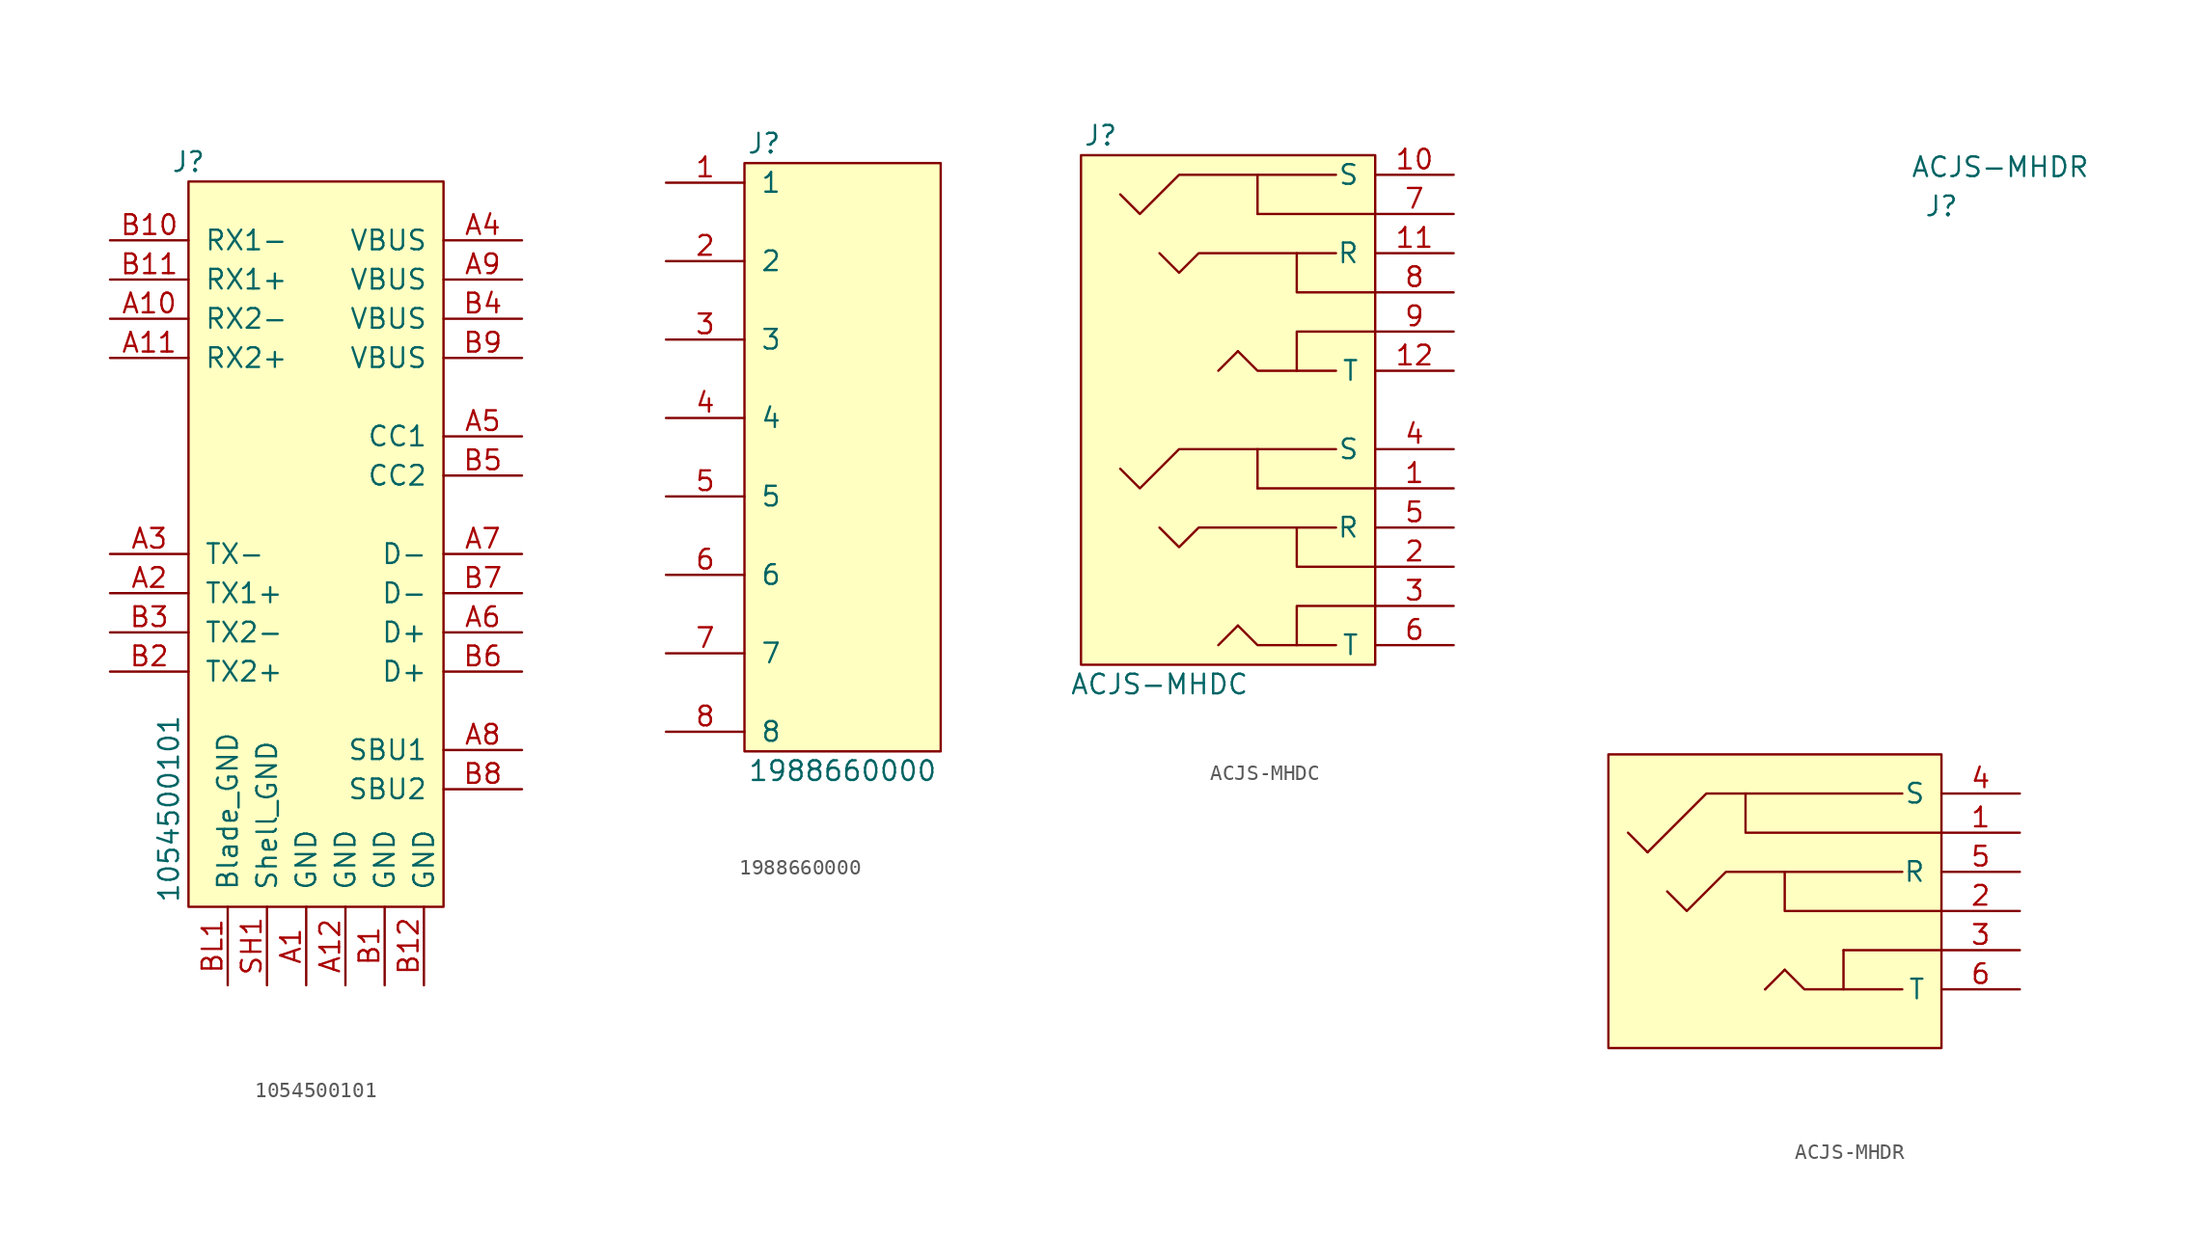
<source format=kicad_sym>
(kicad_symbol_lib
  (version 20220914)
  (generator kicad_symbol_editor)
  (symbol "1054500101"
    (pin_names
      (offset 1.016))
    (property "Reference" "J"
      (at 0 1.27 0)
      (effects (font (size 1.27 1.27))))
    (property "Value" "1054500101"
      (at -1.27 -40.64 90)
      (effects (font (size 1.27 1.27))))
    (symbol "1054500101_0_1"
      (rectangle (start 16.51 0) (end 0 -46.99) (stroke (width 0) (type default)) (fill (type background))))
    (symbol "1054500101_1_1"
      (pin passive line (at 7.62 -52.07 90) (length 5.08) (name "GND" (effects (font (size 1.27 1.27)))) (number "A1" (effects (font (size 1.27 1.27)))))
      (pin input line (at -5.08 -8.89 0) (length 5.08) (name "RX2-" (effects (font (size 1.27 1.27)))) (number "A10" (effects (font (size 1.27 1.27)))))
      (pin input line (at -5.08 -11.43 0) (length 5.08) (name "RX2+" (effects (font (size 1.27 1.27)))) (number "A11" (effects (font (size 1.27 1.27)))))
      (pin passive line (at 10.16 -52.07 90) (length 5.08) (name "GND" (effects (font (size 1.27 1.27)))) (number "A12" (effects (font (size 1.27 1.27)))))
      (pin output line (at -5.08 -26.67 0) (length 5.08) (name "TX1+" (effects (font (size 1.27 1.27)))) (number "A2" (effects (font (size 1.27 1.27)))))
      (pin output line (at -5.08 -24.13 0) (length 5.08) (name "TX-" (effects (font (size 1.27 1.27)))) (number "A3" (effects (font (size 1.27 1.27)))))
      (pin bidirectional line (at 21.59 -3.81 180) (length 5.08) (name "VBUS" (effects (font (size 1.27 1.27)))) (number "A4" (effects (font (size 1.27 1.27)))))
      (pin passive line (at 21.59 -16.51 180) (length 5.08) (name "CC1" (effects (font (size 1.27 1.27)))) (number "A5" (effects (font (size 1.27 1.27)))))
      (pin bidirectional line (at 21.59 -29.21 180) (length 5.08) (name "D+" (effects (font (size 1.27 1.27)))) (number "A6" (effects (font (size 1.27 1.27)))))
      (pin bidirectional line (at 21.59 -24.13 180) (length 5.08) (name "D-" (effects (font (size 1.27 1.27)))) (number "A7" (effects (font (size 1.27 1.27)))))
      (pin bidirectional line (at 21.59 -36.83 180) (length 5.08) (name "SBU1" (effects (font (size 1.27 1.27)))) (number "A8" (effects (font (size 1.27 1.27)))))
      (pin bidirectional line (at 21.59 -6.35 180) (length 5.08) (name "VBUS" (effects (font (size 1.27 1.27)))) (number "A9" (effects (font (size 1.27 1.27)))))
      (pin passive line (at 12.7 -52.07 90) (length 5.08) (name "GND" (effects (font (size 1.27 1.27)))) (number "B1" (effects (font (size 1.27 1.27)))))
      (pin input line (at -5.08 -3.81 0) (length 5.08) (name "RX1-" (effects (font (size 1.27 1.27)))) (number "B10" (effects (font (size 1.27 1.27)))))
      (pin input line (at -5.08 -6.35 0) (length 5.08) (name "RX1+" (effects (font (size 1.27 1.27)))) (number "B11" (effects (font (size 1.27 1.27)))))
      (pin passive line (at 15.24 -52.07 90) (length 5.08) (name "GND" (effects (font (size 1.27 1.27)))) (number "B12" (effects (font (size 1.27 1.27)))))
      (pin output line (at -5.08 -31.75 0) (length 5.08) (name "TX2+" (effects (font (size 1.27 1.27)))) (number "B2" (effects (font (size 1.27 1.27)))))
      (pin output line (at -5.08 -29.21 0) (length 5.08) (name "TX2-" (effects (font (size 1.27 1.27)))) (number "B3" (effects (font (size 1.27 1.27)))))
      (pin bidirectional line (at 21.59 -8.89 180) (length 5.08) (name "VBUS" (effects (font (size 1.27 1.27)))) (number "B4" (effects (font (size 1.27 1.27)))))
      (pin passive line (at 21.59 -19.05 180) (length 5.08) (name "CC2" (effects (font (size 1.27 1.27)))) (number "B5" (effects (font (size 1.27 1.27)))))
      (pin bidirectional line (at 21.59 -31.75 180) (length 5.08) (name "D+" (effects (font (size 1.27 1.27)))) (number "B6" (effects (font (size 1.27 1.27)))))
      (pin bidirectional line (at 21.59 -26.67 180) (length 5.08) (name "D-" (effects (font (size 1.27 1.27)))) (number "B7" (effects (font (size 1.27 1.27)))))
      (pin bidirectional line (at 21.59 -39.37 180) (length 5.08) (name "SBU2" (effects (font (size 1.27 1.27)))) (number "B8" (effects (font (size 1.27 1.27)))))
      (pin bidirectional line (at 21.59 -11.43 180) (length 5.08) (name "VBUS" (effects (font (size 1.27 1.27)))) (number "B9" (effects (font (size 1.27 1.27)))))
      (pin passive line (at 2.54 -52.07 90) (length 5.08) (name "Blade_GND" (effects (font (size 1.27 1.27)))) (number "BL1" (effects (font (size 1.27 1.27)))))
      (pin passive line (at 5.08 -52.07 90) (length 5.08) (name "Shell_GND" (effects (font (size 1.27 1.27)))) (number "SH1" (effects (font (size 1.27 1.27)))))))
  (symbol "1988660000"
    (pin_names
      (offset 1.016))
    (property "Reference" "J"
      (at 1.27 22.86 0)
      (effects (font (size 1.27 1.27))))
    (property "Value" "1988660000"
      (at 6.35 -17.78 0)
      (effects (font (size 1.27 1.27))))
    (symbol "1988660000_0_1"
      (rectangle (start 0 21.59) (end 12.7 -16.51) (stroke (width 0) (type default)) (fill (type background))))
    (symbol "1988660000_1_1"
      (pin passive line (at -5.08 20.32 0) (length 5.08) (name "1" (effects (font (size 1.27 1.27)))) (number "1" (effects (font (size 1.27 1.27)))))
      (pin passive line (at -5.08 15.24 0) (length 5.08) (name "2" (effects (font (size 1.27 1.27)))) (number "2" (effects (font (size 1.27 1.27)))))
      (pin passive line (at -5.08 10.16 0) (length 5.08) (name "3" (effects (font (size 1.27 1.27)))) (number "3" (effects (font (size 1.27 1.27)))))
      (pin passive line (at -5.08 5.08 0) (length 5.08) (name "4" (effects (font (size 1.27 1.27)))) (number "4" (effects (font (size 1.27 1.27)))))
      (pin passive line (at -5.08 0 0) (length 5.08) (name "5" (effects (font (size 1.27 1.27)))) (number "5" (effects (font (size 1.27 1.27)))))
      (pin passive line (at -5.08 -5.08 0) (length 5.08) (name "6" (effects (font (size 1.27 1.27)))) (number "6" (effects (font (size 1.27 1.27)))))
      (pin passive line (at -5.08 -10.16 0) (length 5.08) (name "7" (effects (font (size 1.27 1.27)))) (number "7" (effects (font (size 1.27 1.27)))))
      (pin passive line (at -5.08 -15.24 0) (length 5.08) (name "8" (effects (font (size 1.27 1.27)))) (number "8" (effects (font (size 1.27 1.27)))))))
  (symbol "ACJS-MHDC"
    (pin_names
      (offset 1.016))
    (property "Reference" "J"
      (at -17.78 22.86 0)
      (effects (font (size 1.27 1.27))))
    (property "Value" "ACJS-MHDC"
      (at -13.97 -12.7 0)
      (effects (font (size 1.27 1.27))))
    (symbol "ACJS-MHDC_0_1"
      (rectangle (start -19.05 21.59) (end 0 -11.43) (stroke (width 0) (type default)) (fill (type background)))
      (polyline (pts (xy -10.16 7.62) (xy -8.89 8.89)) (stroke (width 0) (type default)) (fill (type none)))
      (polyline (pts (xy -7.62 20.32) (xy -7.62 17.78)) (stroke (width 0) (type default)) (fill (type none)))
      (polyline (pts (xy 0 17.78) (xy -7.62 17.78)) (stroke (width 0) (type default)) (fill (type none)))
      (polyline (pts (xy -2.54 7.62) (xy -7.62 7.62) (xy -8.89 8.89)) (stroke (width 0) (type default)) (fill (type none)))
      (polyline (pts (xy 0 10.16) (xy -5.08 10.16) (xy -5.08 7.62)) (stroke (width 0) (type default)) (fill (type none)))
      (polyline (pts (xy 0 12.7) (xy -5.08 12.7) (xy -5.08 15.24)) (stroke (width 0) (type default)) (fill (type none)))
      (polyline (pts (xy -2.54 15.24) (xy -11.43 15.24) (xy -12.7 13.97) (xy -13.97 15.24)) (stroke (width 0) (type default)) (fill (type none)))
      (polyline (pts (xy -2.54 20.32) (xy -12.7 20.32) (xy -15.24 17.78) (xy -16.51 19.05)) (stroke (width 0) (type default)) (fill (type none))))
    (symbol "ACJS-MHDC_1_1"
      (polyline (pts (xy -10.16 -10.16) (xy -8.89 -8.89)) (stroke (width 0) (type default)) (fill (type none)))
      (polyline (pts (xy -7.62 2.54) (xy -7.62 0)) (stroke (width 0) (type default)) (fill (type none)))
      (polyline (pts (xy 0 0) (xy -7.62 0)) (stroke (width 0) (type default)) (fill (type none)))
      (polyline (pts (xy -2.54 -10.16) (xy -7.62 -10.16) (xy -8.89 -8.89)) (stroke (width 0) (type default)) (fill (type none)))
      (polyline (pts (xy 0 -7.62) (xy -5.08 -7.62) (xy -5.08 -10.16)) (stroke (width 0) (type default)) (fill (type none)))
      (polyline (pts (xy 0 -5.08) (xy -5.08 -5.08) (xy -5.08 -2.54)) (stroke (width 0) (type default)) (fill (type none)))
      (polyline (pts (xy -2.54 -2.54) (xy -11.43 -2.54) (xy -12.7 -3.81) (xy -13.97 -2.54)) (stroke (width 0) (type default)) (fill (type none)))
      (polyline (pts (xy -2.54 2.54) (xy -12.7 2.54) (xy -15.24 0) (xy -16.51 1.27)) (stroke (width 0) (type default)) (fill (type none)))
      (pin passive line (at 5.08 0 180) (length 5.08) (name "~" (effects (font (size 1.27 1.27)))) (number "1" (effects (font (size 1.27 1.27)))))
      (pin passive line (at 5.08 20.32 180) (length 5.08) (name "S" (effects (font (size 1.27 1.27)))) (number "10" (effects (font (size 1.27 1.27)))))
      (pin passive line (at 5.08 15.24 180) (length 5.08) (name "R" (effects (font (size 1.27 1.27)))) (number "11" (effects (font (size 1.27 1.27)))))
      (pin passive line (at 5.08 7.62 180) (length 5.08) (name "T" (effects (font (size 1.27 1.27)))) (number "12" (effects (font (size 1.27 1.27)))))
      (pin passive line (at 5.08 -5.08 180) (length 5.08) (name "~" (effects (font (size 1.27 1.27)))) (number "2" (effects (font (size 1.27 1.27)))))
      (pin passive line (at 5.08 -7.62 180) (length 5.08) (name "~" (effects (font (size 1.27 1.27)))) (number "3" (effects (font (size 1.27 1.27)))))
      (pin passive line (at 5.08 2.54 180) (length 5.08) (name "S" (effects (font (size 1.27 1.27)))) (number "4" (effects (font (size 1.27 1.27)))))
      (pin passive line (at 5.08 -2.54 180) (length 5.08) (name "R" (effects (font (size 1.27 1.27)))) (number "5" (effects (font (size 1.27 1.27)))))
      (pin passive line (at 5.08 -10.16 180) (length 5.08) (name "T" (effects (font (size 1.27 1.27)))) (number "6" (effects (font (size 1.27 1.27)))))
      (pin passive line (at 5.08 17.78 180) (length 5.08) (name "~" (effects (font (size 1.27 1.27)))) (number "7" (effects (font (size 1.27 1.27)))))
      (pin passive line (at 5.08 12.7 180) (length 5.08) (name "~" (effects (font (size 1.27 1.27)))) (number "8" (effects (font (size 1.27 1.27)))))
      (pin passive line (at 5.08 10.16 180) (length 5.08) (name "~" (effects (font (size 1.27 1.27)))) (number "9" (effects (font (size 1.27 1.27)))))))
  (symbol "ACJS-MHDR"
    (pin_names
      (offset 1.016))
    (property "Reference" "J"
      (at 0 40.64 0)
      (effects (font (size 1.27 1.27))))
    (property "Value" "ACJS-MHDR"
      (at 3.81 43.18 0)
      (effects (font (size 1.27 1.27))))
    (symbol "ACJS-MHDR_0_1"
      (rectangle (start -21.59 5.08) (end 0 -13.97) (stroke (width 0) (type default)) (fill (type background)))
      (polyline (pts (xy -20.32 0) (xy -19.05 -1.27)) (stroke (width 0) (type default)) (fill (type none)))
      (polyline (pts (xy -11.43 -10.16) (xy -11.43 -10.16)) (stroke (width 0) (type default)) (fill (type none)))
      (polyline (pts (xy -10.16 -8.89) (xy -11.43 -10.16)) (stroke (width 0) (type default)) (fill (type none)))
      (polyline (pts (xy -6.35 -10.16) (xy -6.35 -7.62)) (stroke (width 0) (type default)) (fill (type none)))
      (polyline (pts (xy 0 -7.62) (xy -6.35 -7.62)) (stroke (width 0) (type default)) (fill (type none)))
      (polyline (pts (xy -2.54 -10.16) (xy -8.89 -10.16) (xy -10.16 -8.89)) (stroke (width 0) (type default)) (fill (type none)))
      (polyline (pts (xy -2.54 2.54) (xy -15.24 2.54) (xy -19.05 -1.27)) (stroke (width 0) (type default)) (fill (type none)))
      (polyline (pts (xy 0 -5.08) (xy -10.16 -5.08) (xy -10.16 -2.54)) (stroke (width 0) (type default)) (fill (type none)))
      (polyline (pts (xy 0 0) (xy -12.7 0) (xy -12.7 2.54)) (stroke (width 0) (type default)) (fill (type none)))
      (polyline (pts (xy -2.54 -2.54) (xy -13.97 -2.54) (xy -16.51 -5.08) (xy -17.78 -3.81)) (stroke (width 0) (type default)) (fill (type none))))
    (symbol "ACJS-MHDR_1_1"
      (pin passive line (at 5.08 0 180) (length 5.08) (name "~" (effects (font (size 1.27 1.27)))) (number "1" (effects (font (size 1.27 1.27)))))
      (pin passive line (at 5.08 -5.08 180) (length 5.08) (name "~" (effects (font (size 1.27 1.27)))) (number "2" (effects (font (size 1.27 1.27)))))
      (pin passive line (at 5.08 -7.62 180) (length 5.08) (name "~" (effects (font (size 1.27 1.27)))) (number "3" (effects (font (size 1.27 1.27)))))
      (pin passive line (at 5.08 2.54 180) (length 5.08) (name "S" (effects (font (size 1.27 1.27)))) (number "4" (effects (font (size 1.27 1.27)))))
      (pin passive line (at 5.08 -2.54 180) (length 5.08) (name "R" (effects (font (size 1.27 1.27)))) (number "5" (effects (font (size 1.27 1.27)))))
      (pin passive line (at 5.08 -10.16 180) (length 5.08) (name "T" (effects (font (size 1.27 1.27)))) (number "6" (effects (font (size 1.27 1.27))))))))
</source>
